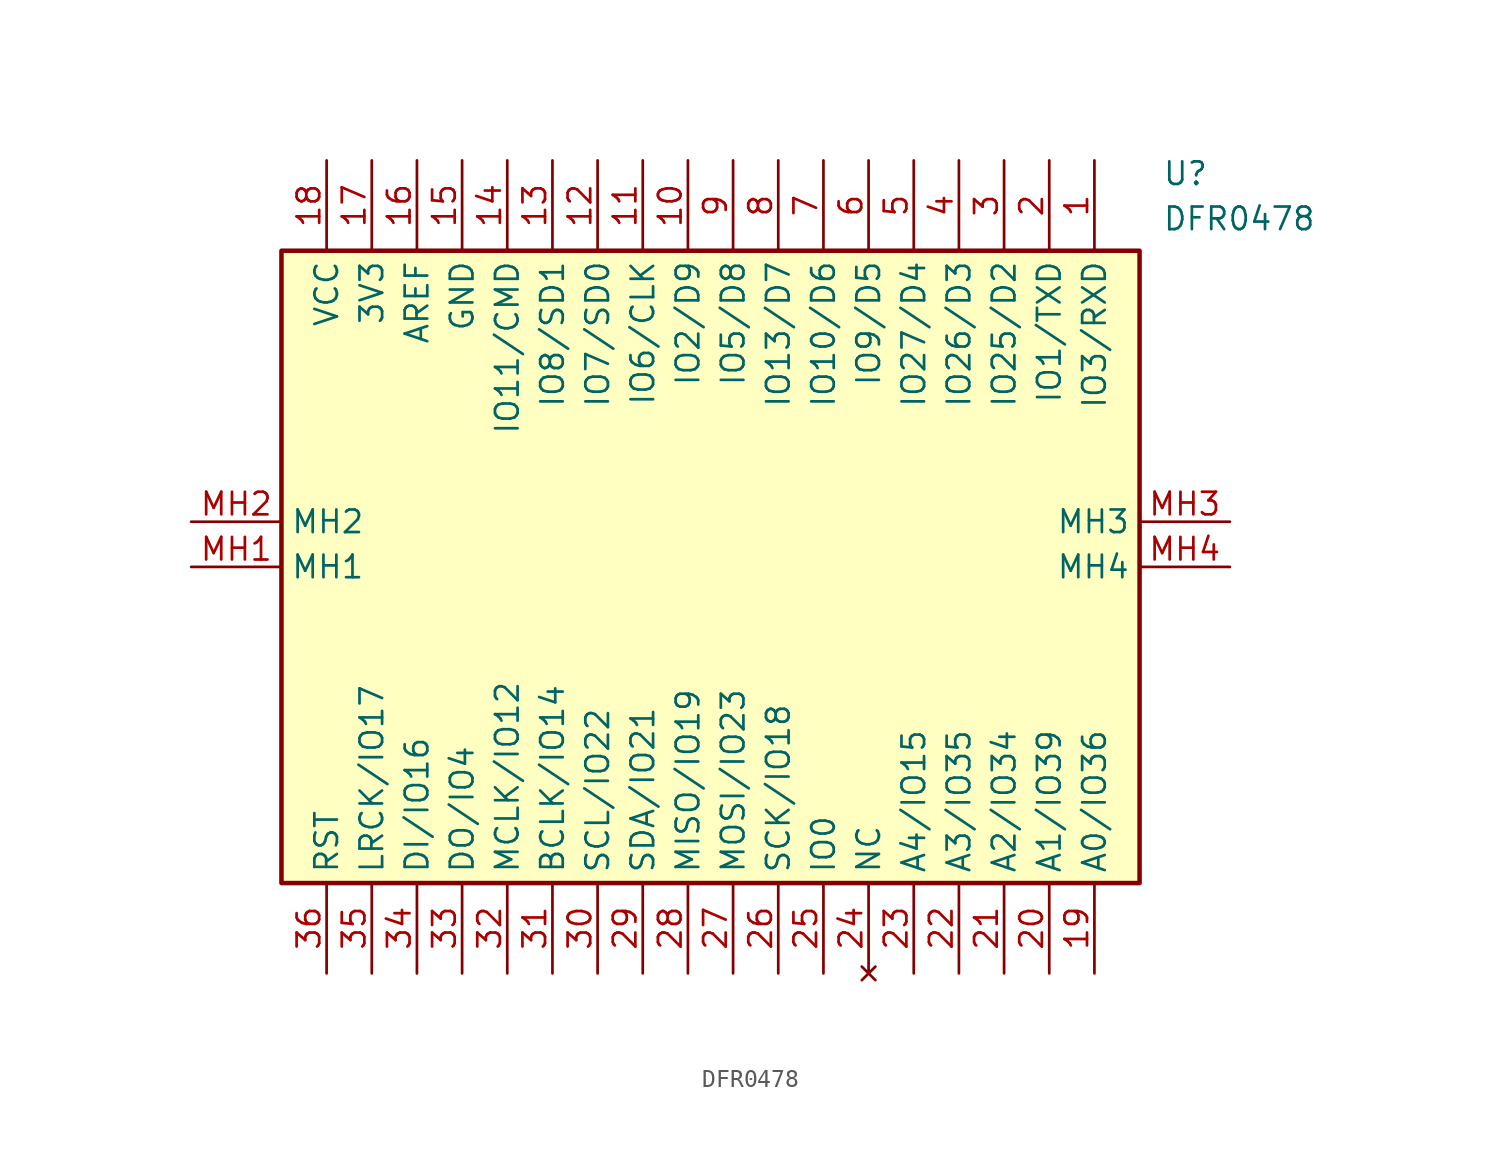
<source format=kicad_sym>
(kicad_symbol_lib
  (version 20211014)
  (generator SamacSys_ECAD_Model)
  (symbol "DFR0478"
    (property "Reference" "U"
      (at 54.61 20.32 0)
      (effects (font (size 1.27 1.27)) (justify left top)))
    (property "Value" "DFR0478"
      (at 54.61 17.78 0)
      (effects (font (size 1.27 1.27)) (justify left top)))
    (rectangle
      (start 5.08 15.24)
      (end 53.34 -20.32)
      (stroke (width 0.254) (type default))
      (fill (type background)))
    (pin passive line
      (at 50.8 20.32 270)
      (length 5.08)
      (name "IO3/RXD" (effects (font (size 1.27 1.27))))
      (number "1" (effects (font (size 1.27 1.27)))))
    (pin passive line
      (at 48.26 20.32 270)
      (length 5.08)
      (name "IO1/TXD" (effects (font (size 1.27 1.27))))
      (number "2" (effects (font (size 1.27 1.27)))))
    (pin passive line
      (at 45.72 20.32 270)
      (length 5.08)
      (name "IO25/D2" (effects (font (size 1.27 1.27))))
      (number "3" (effects (font (size 1.27 1.27)))))
    (pin passive line
      (at 43.18 20.32 270)
      (length 5.08)
      (name "IO26/D3" (effects (font (size 1.27 1.27))))
      (number "4" (effects (font (size 1.27 1.27)))))
    (pin passive line
      (at 40.64 20.32 270)
      (length 5.08)
      (name "IO27/D4" (effects (font (size 1.27 1.27))))
      (number "5" (effects (font (size 1.27 1.27)))))
    (pin passive line
      (at 38.1 20.32 270)
      (length 5.08)
      (name "IO9/D5" (effects (font (size 1.27 1.27))))
      (number "6" (effects (font (size 1.27 1.27)))))
    (pin passive line
      (at 35.56 20.32 270)
      (length 5.08)
      (name "IO10/D6" (effects (font (size 1.27 1.27))))
      (number "7" (effects (font (size 1.27 1.27)))))
    (pin passive line
      (at 33.02 20.32 270)
      (length 5.08)
      (name "IO13/D7" (effects (font (size 1.27 1.27))))
      (number "8" (effects (font (size 1.27 1.27)))))
    (pin passive line
      (at 30.48 20.32 270)
      (length 5.08)
      (name "IO5/D8" (effects (font (size 1.27 1.27))))
      (number "9" (effects (font (size 1.27 1.27)))))
    (pin passive line
      (at 27.94 20.32 270)
      (length 5.08)
      (name "IO2/D9" (effects (font (size 1.27 1.27))))
      (number "10" (effects (font (size 1.27 1.27)))))
    (pin passive line
      (at 25.4 20.32 270)
      (length 5.08)
      (name "IO6/CLK" (effects (font (size 1.27 1.27))))
      (number "11" (effects (font (size 1.27 1.27)))))
    (pin passive line
      (at 22.86 20.32 270)
      (length 5.08)
      (name "IO7/SD0" (effects (font (size 1.27 1.27))))
      (number "12" (effects (font (size 1.27 1.27)))))
    (pin passive line
      (at 20.32 20.32 270)
      (length 5.08)
      (name "IO8/SD1" (effects (font (size 1.27 1.27))))
      (number "13" (effects (font (size 1.27 1.27)))))
    (pin passive line
      (at 17.78 20.32 270)
      (length 5.08)
      (name "IO11/CMD" (effects (font (size 1.27 1.27))))
      (number "14" (effects (font (size 1.27 1.27)))))
    (pin passive line
      (at 15.24 20.32 270)
      (length 5.08)
      (name "GND" (effects (font (size 1.27 1.27))))
      (number "15" (effects (font (size 1.27 1.27)))))
    (pin passive line
      (at 12.7 20.32 270)
      (length 5.08)
      (name "AREF" (effects (font (size 1.27 1.27))))
      (number "16" (effects (font (size 1.27 1.27)))))
    (pin passive line
      (at 10.16 20.32 270)
      (length 5.08)
      (name "3V3" (effects (font (size 1.27 1.27))))
      (number "17" (effects (font (size 1.27 1.27)))))
    (pin passive line
      (at 7.62 20.32 270)
      (length 5.08)
      (name "VCC" (effects (font (size 1.27 1.27))))
      (number "18" (effects (font (size 1.27 1.27)))))
    (pin passive line
      (at 50.8 -25.4 90)
      (length 5.08)
      (name "A0/IO36" (effects (font (size 1.27 1.27))))
      (number "19" (effects (font (size 1.27 1.27)))))
    (pin passive line
      (at 48.26 -25.4 90)
      (length 5.08)
      (name "A1/IO39" (effects (font (size 1.27 1.27))))
      (number "20" (effects (font (size 1.27 1.27)))))
    (pin passive line
      (at 45.72 -25.4 90)
      (length 5.08)
      (name "A2/IO34" (effects (font (size 1.27 1.27))))
      (number "21" (effects (font (size 1.27 1.27)))))
    (pin passive line
      (at 43.18 -25.4 90)
      (length 5.08)
      (name "A3/IO35" (effects (font (size 1.27 1.27))))
      (number "22" (effects (font (size 1.27 1.27)))))
    (pin passive line
      (at 40.64 -25.4 90)
      (length 5.08)
      (name "A4/IO15" (effects (font (size 1.27 1.27))))
      (number "23" (effects (font (size 1.27 1.27)))))
    (pin no_connect line
      (at 38.1 -25.4 90)
      (length 5.08)
      (name "NC" (effects (font (size 1.27 1.27))))
      (number "24" (effects (font (size 1.27 1.27)))))
    (pin passive line
      (at 35.56 -25.4 90)
      (length 5.08)
      (name "IO0" (effects (font (size 1.27 1.27))))
      (number "25" (effects (font (size 1.27 1.27)))))
    (pin passive line
      (at 33.02 -25.4 90)
      (length 5.08)
      (name "SCK/IO18" (effects (font (size 1.27 1.27))))
      (number "26" (effects (font (size 1.27 1.27)))))
    (pin passive line
      (at 30.48 -25.4 90)
      (length 5.08)
      (name "MOSI/IO23" (effects (font (size 1.27 1.27))))
      (number "27" (effects (font (size 1.27 1.27)))))
    (pin passive line
      (at 27.94 -25.4 90)
      (length 5.08)
      (name "MISO/IO19" (effects (font (size 1.27 1.27))))
      (number "28" (effects (font (size 1.27 1.27)))))
    (pin passive line
      (at 25.4 -25.4 90)
      (length 5.08)
      (name "SDA/IO21" (effects (font (size 1.27 1.27))))
      (number "29" (effects (font (size 1.27 1.27)))))
    (pin passive line
      (at 22.86 -25.4 90)
      (length 5.08)
      (name "SCL/IO22" (effects (font (size 1.27 1.27))))
      (number "30" (effects (font (size 1.27 1.27)))))
    (pin passive line
      (at 20.32 -25.4 90)
      (length 5.08)
      (name "BCLK/IO14" (effects (font (size 1.27 1.27))))
      (number "31" (effects (font (size 1.27 1.27)))))
    (pin passive line
      (at 17.78 -25.4 90)
      (length 5.08)
      (name "MCLK/IO12" (effects (font (size 1.27 1.27))))
      (number "32" (effects (font (size 1.27 1.27)))))
    (pin passive line
      (at 15.24 -25.4 90)
      (length 5.08)
      (name "DO/IO4" (effects (font (size 1.27 1.27))))
      (number "33" (effects (font (size 1.27 1.27)))))
    (pin passive line
      (at 12.7 -25.4 90)
      (length 5.08)
      (name "DI/IO16" (effects (font (size 1.27 1.27))))
      (number "34" (effects (font (size 1.27 1.27)))))
    (pin passive line
      (at 10.16 -25.4 90)
      (length 5.08)
      (name "LRCK/IO17" (effects (font (size 1.27 1.27))))
      (number "35" (effects (font (size 1.27 1.27)))))
    (pin passive line
      (at 7.62 -25.4 90)
      (length 5.08)
      (name "RST" (effects (font (size 1.27 1.27))))
      (number "36" (effects (font (size 1.27 1.27)))))
    (pin passive line
      (at 0 -2.54 0)
      (length 5.08)
      (name "MH1" (effects (font (size 1.27 1.27))))
      (number "MH1" (effects (font (size 1.27 1.27)))))
    (pin passive line
      (at 0 0 0)
      (length 5.08)
      (name "MH2" (effects (font (size 1.27 1.27))))
      (number "MH2" (effects (font (size 1.27 1.27)))))
    (pin passive line
      (at 58.42 0 180)
      (length 5.08)
      (name "MH3" (effects (font (size 1.27 1.27))))
      (number "MH3" (effects (font (size 1.27 1.27)))))
    (pin passive line
      (at 58.42 -2.54 180)
      (length 5.08)
      (name "MH4" (effects (font (size 1.27 1.27))))
      (number "MH4" (effects (font (size 1.27 1.27)))))))
</source>
